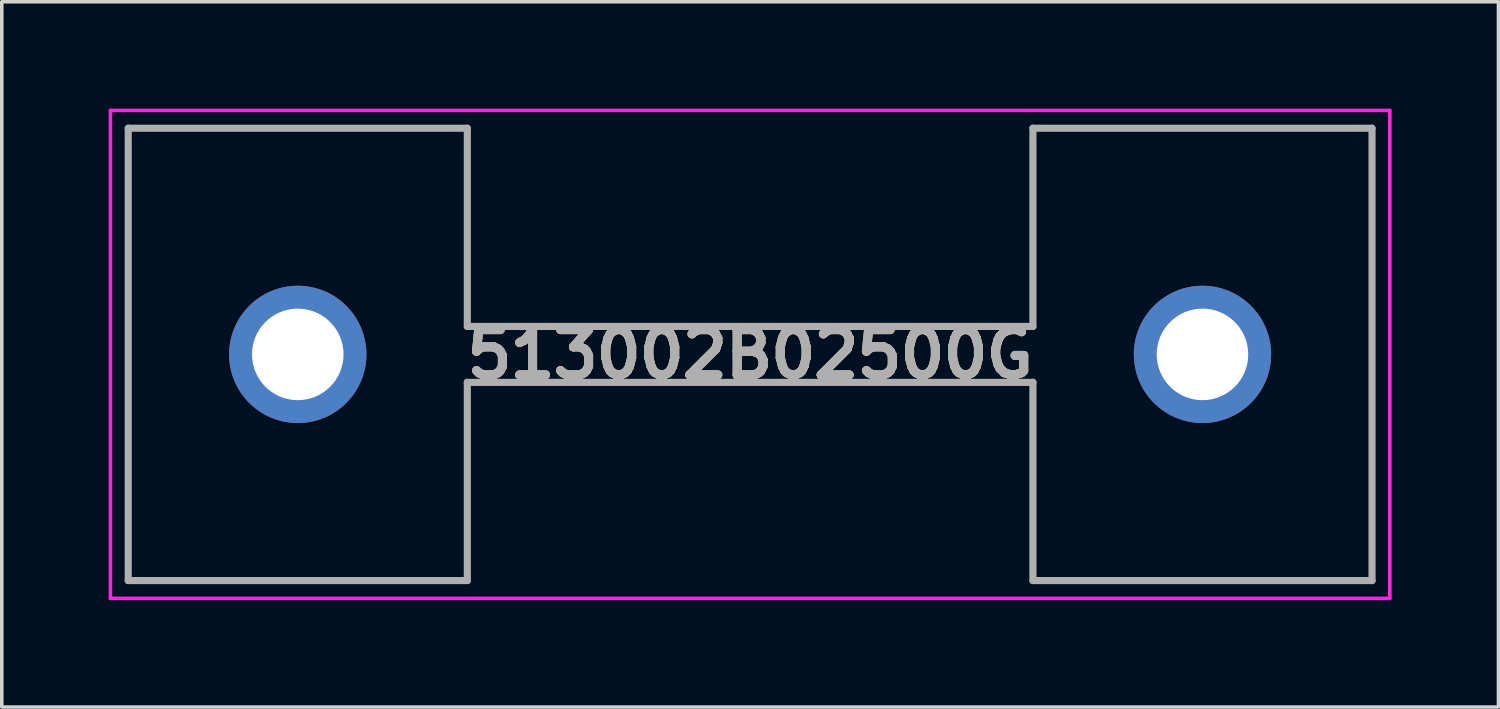
<source format=kicad_pcb>
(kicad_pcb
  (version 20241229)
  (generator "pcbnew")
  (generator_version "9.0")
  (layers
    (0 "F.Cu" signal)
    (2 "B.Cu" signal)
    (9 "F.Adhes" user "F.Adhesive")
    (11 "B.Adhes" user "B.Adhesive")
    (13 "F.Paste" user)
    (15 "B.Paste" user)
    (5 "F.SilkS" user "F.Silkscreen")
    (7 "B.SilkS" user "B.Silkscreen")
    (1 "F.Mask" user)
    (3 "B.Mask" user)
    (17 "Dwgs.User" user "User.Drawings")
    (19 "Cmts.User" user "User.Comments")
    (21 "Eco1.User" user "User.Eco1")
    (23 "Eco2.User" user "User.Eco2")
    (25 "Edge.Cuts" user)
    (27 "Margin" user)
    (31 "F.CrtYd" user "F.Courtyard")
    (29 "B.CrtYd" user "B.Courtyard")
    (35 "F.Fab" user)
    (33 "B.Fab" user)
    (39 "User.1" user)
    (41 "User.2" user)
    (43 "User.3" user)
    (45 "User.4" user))
  (footprint "513002B02500G"
    (layer "F.Cu")
    (at 5.31 6.9)
    (property "Reference" "513002B02500G" (at 12.7 0 0) (layer "F.SilkS") (effects (font (size 1.27 1.27) (thickness 0.254))))
    (attr through_hole)
    (fp_line (start -4.76 -6.35) (end 4.76 -6.35) (stroke (width 0.1) (type solid)) (layer "F.SilkS"))
    (fp_line (start -4.76 6.35) (end -4.76 -6.35) (stroke (width 0.1) (type solid)) (layer "F.SilkS"))
    (fp_line (start 4.76 -6.35) (end 4.76 -0.785) (stroke (width 0.1) (type solid)) (layer "F.SilkS"))
    (fp_line (start 4.76 -0.785) (end 20.64 -0.785) (stroke (width 0.1) (type solid)) (layer "F.SilkS"))
    (fp_line (start 4.76 0.785) (end 4.76 6.35) (stroke (width 0.1) (type solid)) (layer "F.SilkS"))
    (fp_line (start 4.76 6.35) (end -4.76 6.35) (stroke (width 0.1) (type solid)) (layer "F.SilkS"))
    (fp_line (start 20.64 -6.35) (end 30.16 -6.35) (stroke (width 0.1) (type solid)) (layer "F.SilkS"))
    (fp_line (start 20.64 -0.785) (end 20.64 -6.35) (stroke (width 0.1) (type solid)) (layer "F.SilkS"))
    (fp_line (start 20.64 0.785) (end 4.76 0.785) (stroke (width 0.1) (type solid)) (layer "F.SilkS"))
    (fp_line (start 20.64 6.35) (end 20.64 0.785) (stroke (width 0.1) (type solid)) (layer "F.SilkS"))
    (fp_line (start 30.16 -6.35) (end 30.16 6.35) (stroke (width 0.1) (type solid)) (layer "F.SilkS"))
    (fp_line (start 30.16 6.35) (end 20.64 6.35) (stroke (width 0.1) (type solid)) (layer "F.SilkS"))
    (fp_line (start -5.26 -6.85) (end 30.66 -6.85) (stroke (width 0.1) (type solid)) (layer "F.CrtYd"))
    (fp_line (start -5.26 6.85) (end -5.26 -6.85) (stroke (width 0.1) (type solid)) (layer "F.CrtYd"))
    (fp_line (start 30.66 -6.85) (end 30.66 6.85) (stroke (width 0.1) (type solid)) (layer "F.CrtYd"))
    (fp_line (start 30.66 6.85) (end -5.26 6.85) (stroke (width 0.1) (type solid)) (layer "F.CrtYd"))
    (fp_line (start -4.76 -6.35) (end -4.76 6.35) (stroke (width 0.2) (type solid)) (layer "F.Fab"))
    (fp_line (start -4.76 6.35) (end 4.76 6.35) (stroke (width 0.2) (type solid)) (layer "F.Fab"))
    (fp_line (start 4.76 -6.35) (end -4.76 -6.35) (stroke (width 0.2) (type solid)) (layer "F.Fab"))
    (fp_line (start 4.76 -0.785) (end 4.76 -6.35) (stroke (width 0.2) (type solid)) (layer "F.Fab"))
    (fp_line (start 4.76 0.785) (end 20.64 0.785) (stroke (width 0.2) (type solid)) (layer "F.Fab"))
    (fp_line (start 4.76 6.35) (end 4.76 0.785) (stroke (width 0.2) (type solid)) (layer "F.Fab"))
    (fp_line (start 20.64 -6.35) (end 20.64 -0.785) (stroke (width 0.2) (type solid)) (layer "F.Fab"))
    (fp_line (start 20.64 -0.785) (end 4.76 -0.785) (stroke (width 0.2) (type solid)) (layer "F.Fab"))
    (fp_line (start 20.64 0.785) (end 20.64 6.35) (stroke (width 0.2) (type solid)) (layer "F.Fab"))
    (fp_line (start 20.64 6.35) (end 30.16 6.35) (stroke (width 0.2) (type solid)) (layer "F.Fab"))
    (fp_line (start 30.16 -6.35) (end 20.64 -6.35) (stroke (width 0.2) (type solid)) (layer "F.Fab"))
    (fp_line (start 30.16 6.35) (end 30.16 -6.35) (stroke (width 0.2) (type solid)) (layer "F.Fab"))
    (fp_text user "${REFERENCE}" (at 12.7 0 0) (layer "F.Fab") (effects (font (size 1.27 1.27) (thickness 0.254))))
    (pad "1" thru_hole circle (at 0 0) (size 3.855 3.855) (drill 2.57) (layers "*.Cu" "*.Mask"))
    (pad "2" thru_hole circle (at 25.4 0) (size 3.855 3.855) (drill 2.57) (layers "*.Cu" "*.Mask")))
  (gr_rect
    (start -3 -3)
    (end 39.02 16.8)
    (stroke (width 0.1) (type default))
    (fill no)
    (layer "Edge.Cuts")))
</source>
